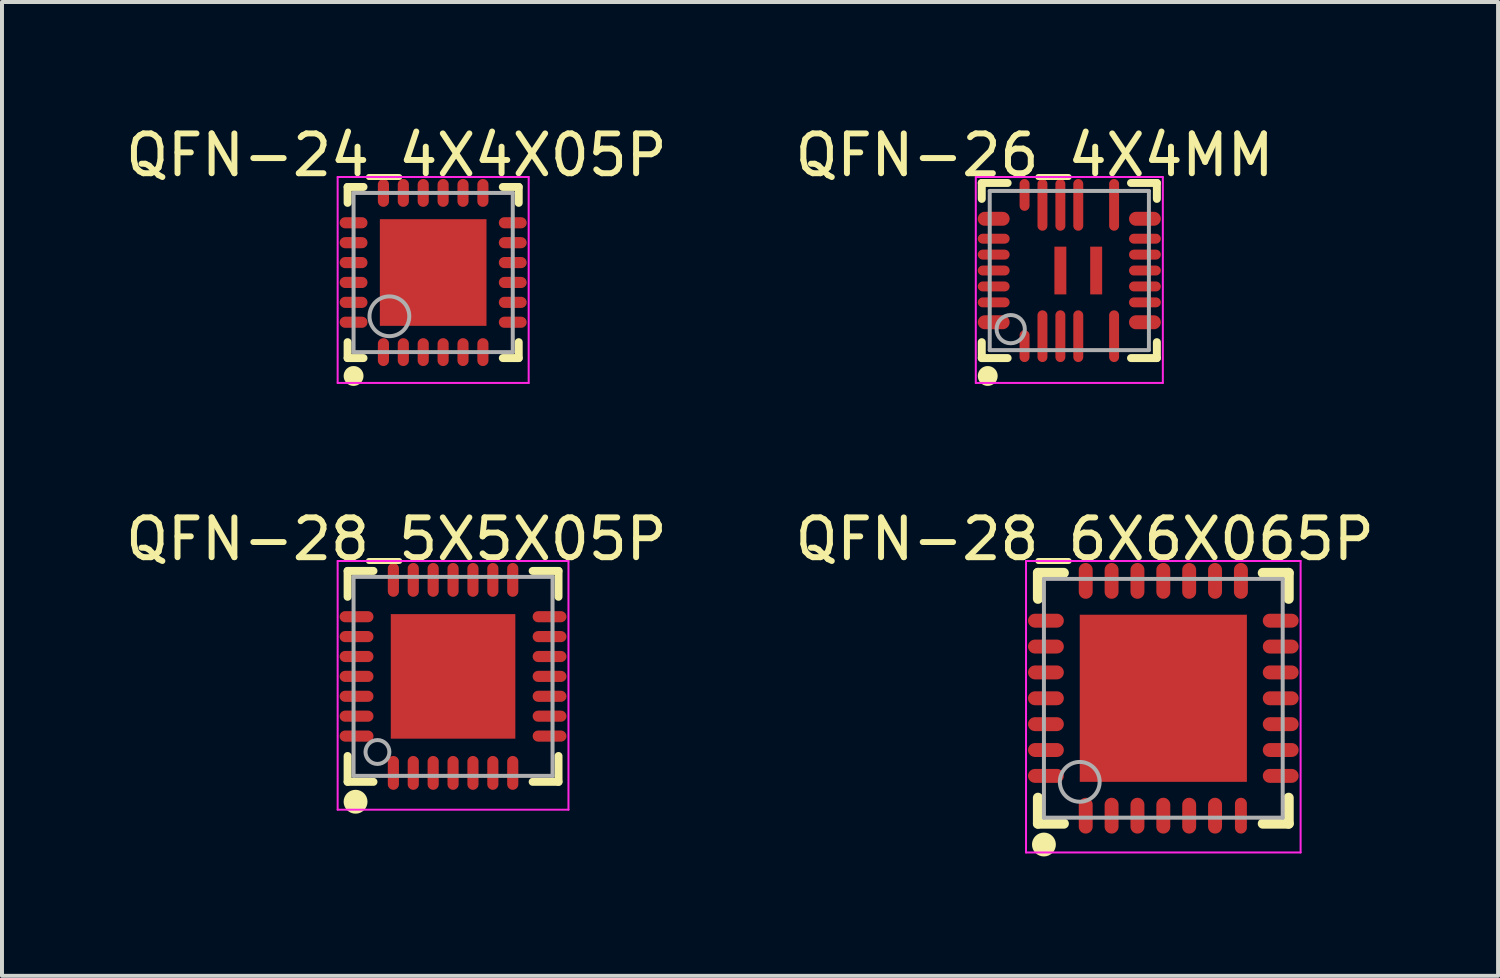
<source format=kicad_pcb>
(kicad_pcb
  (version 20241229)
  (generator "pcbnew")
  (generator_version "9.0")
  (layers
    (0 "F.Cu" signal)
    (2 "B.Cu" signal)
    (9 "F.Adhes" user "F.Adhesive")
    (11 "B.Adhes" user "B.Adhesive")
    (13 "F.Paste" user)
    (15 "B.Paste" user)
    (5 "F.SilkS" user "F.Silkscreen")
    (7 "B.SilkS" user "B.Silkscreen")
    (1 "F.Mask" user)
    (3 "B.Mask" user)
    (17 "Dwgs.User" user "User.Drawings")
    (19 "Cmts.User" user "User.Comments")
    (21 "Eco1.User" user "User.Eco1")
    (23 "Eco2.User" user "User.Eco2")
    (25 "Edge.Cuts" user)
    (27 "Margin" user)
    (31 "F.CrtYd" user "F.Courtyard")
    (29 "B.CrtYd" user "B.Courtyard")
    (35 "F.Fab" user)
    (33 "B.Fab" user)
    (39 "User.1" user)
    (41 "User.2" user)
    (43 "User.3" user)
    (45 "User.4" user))
  (footprint "QFN-28_6X6X065P"
    (layer "F.Cu")
    (at 26.183 14.497)
    (property "Reference" "QFN-28_6X6X065P" (at -1.974 -4 0) (layer "F.SilkS") (effects (font (size 1 1) (thickness 0.15))))
    (attr through_hole)
    (fp_line (start -3.15 -3.15) (end -2.5 -3.15) (stroke (width 0.254) (type solid)) (layer "F.SilkS"))
    (fp_line (start -3.15 -2.5) (end -3.15 -3.15) (stroke (width 0.254) (type solid)) (layer "F.SilkS"))
    (fp_line (start -3.15 3.15) (end -3.15 2.5) (stroke (width 0.254) (type solid)) (layer "F.SilkS"))
    (fp_line (start -3.15 3.15) (end -2.5 3.15) (stroke (width 0.254) (type solid)) (layer "F.SilkS"))
    (fp_line (start 2.5 -3.15) (end 3.15 -3.15) (stroke (width 0.254) (type solid)) (layer "F.SilkS"))
    (fp_line (start 2.5 3.15) (end 3.15 3.15) (stroke (width 0.254) (type solid)) (layer "F.SilkS"))
    (fp_line (start 3.15 -2.5) (end 3.15 -3.15) (stroke (width 0.254) (type solid)) (layer "F.SilkS"))
    (fp_line (start 3.15 3.15) (end 3.15 2.5) (stroke (width 0.254) (type solid)) (layer "F.SilkS"))
    (fp_circle (center -3 3.675) (end -2.85 3.675) (stroke (width 0.3) (type solid)) (fill no) (layer "F.SilkS"))
    (fp_line (start -3.45 -3.45) (end 3.45 -3.45) (stroke (width 0.05) (type solid)) (layer "F.CrtYd"))
    (fp_line (start -3.45 3.875) (end -3.45 -3.45) (stroke (width 0.05) (type solid)) (layer "F.CrtYd"))
    (fp_line (start 3.45 -3.45) (end 3.45 3.875) (stroke (width 0.05) (type solid)) (layer "F.CrtYd"))
    (fp_line (start 3.45 3.875) (end -3.45 3.875) (stroke (width 0.05) (type solid)) (layer "F.CrtYd"))
    (fp_line (start -3 -3) (end 3 -3) (stroke (width 0.1) (type solid)) (layer "F.Fab"))
    (fp_line (start -3 3) (end -3 -3) (stroke (width 0.1) (type solid)) (layer "F.Fab"))
    (fp_line (start -3 3) (end 3 3) (stroke (width 0.1) (type solid)) (layer "F.Fab"))
    (fp_line (start 3 3) (end 3 -3) (stroke (width 0.1) (type solid)) (layer "F.Fab"))
    (fp_circle (center -2.1 2.1) (end -1.6 2.1) (stroke (width 0.1) (type solid)) (fill no) (layer "F.Fab"))
    (pad "0" smd rect (at 0 0 90) (size 4.2 4.2) (layers "F.Cu" "F.Mask" "F.Paste"))
    (pad "1" smd oval (at -1.95 2.95 180) (size 0.35 0.9) (layers "F.Cu" "F.Mask" "F.Paste"))
    (pad "2" smd oval (at -1.3 2.95 180) (size 0.35 0.9) (layers "F.Cu" "F.Mask" "F.Paste"))
    (pad "3" smd oval (at -0.65 2.95 180) (size 0.35 0.9) (layers "F.Cu" "F.Mask" "F.Paste"))
    (pad "4" smd oval (at 0 2.95 180) (size 0.35 0.9) (layers "F.Cu" "F.Mask" "F.Paste"))
    (pad "5" smd oval (at 0.65 2.95 180) (size 0.35 0.9) (layers "F.Cu" "F.Mask" "F.Paste"))
    (pad "6" smd oval (at 1.3 2.95 180) (size 0.35 0.9) (layers "F.Cu" "F.Mask" "F.Paste"))
    (pad "7" smd oval (at 1.95 2.95 180) (size 0.3 0.9) (layers "F.Cu" "F.Mask" "F.Paste"))
    (pad "8" smd oval (at 2.95 1.95 90) (size 0.35 0.9) (layers "F.Cu" "F.Mask" "F.Paste"))
    (pad "9" smd oval (at 2.95 1.3 90) (size 0.35 0.9) (layers "F.Cu" "F.Mask" "F.Paste"))
    (pad "10" smd oval (at 2.95 0.65 90) (size 0.35 0.9) (layers "F.Cu" "F.Mask" "F.Paste"))
    (pad "11" smd oval (at 2.95 0 90) (size 0.35 0.9) (layers "F.Cu" "F.Mask" "F.Paste"))
    (pad "12" smd oval (at 2.95 -0.65 90) (size 0.35 0.9) (layers "F.Cu" "F.Mask" "F.Paste"))
    (pad "13" smd oval (at 2.95 -1.3 90) (size 0.35 0.9) (layers "F.Cu" "F.Mask" "F.Paste"))
    (pad "14" smd oval (at 2.95 -1.95 90) (size 0.35 0.9) (layers "F.Cu" "F.Mask" "F.Paste"))
    (pad "15" smd oval (at 1.95 -2.95 180) (size 0.35 0.9) (layers "F.Cu" "F.Mask" "F.Paste"))
    (pad "16" smd oval (at 1.3 -2.95 180) (size 0.35 0.9) (layers "F.Cu" "F.Mask" "F.Paste"))
    (pad "17" smd oval (at 0.65 -2.95 180) (size 0.35 0.9) (layers "F.Cu" "F.Mask" "F.Paste"))
    (pad "18" smd oval (at 0 -2.95 180) (size 0.35 0.9) (layers "F.Cu" "F.Mask" "F.Paste"))
    (pad "19" smd oval (at -0.65 -2.95 180) (size 0.35 0.9) (layers "F.Cu" "F.Mask" "F.Paste"))
    (pad "20" smd oval (at -1.3 -2.95 180) (size 0.35 0.9) (layers "F.Cu" "F.Mask" "F.Paste"))
    (pad "21" smd oval (at -1.95 -2.95 180) (size 0.35 0.9) (layers "F.Cu" "F.Mask" "F.Paste"))
    (pad "22" smd oval (at -2.95 -1.95 90) (size 0.35 0.9) (layers "F.Cu" "F.Mask" "F.Paste"))
    (pad "23" smd oval (at -2.95 -1.3 90) (size 0.35 0.9) (layers "F.Cu" "F.Mask" "F.Paste"))
    (pad "24" smd oval (at -2.95 -0.65 90) (size 0.35 0.9) (layers "F.Cu" "F.Mask" "F.Paste"))
    (pad "25" smd oval (at -2.95 0 90) (size 0.35 0.9) (layers "F.Cu" "F.Mask" "F.Paste"))
    (pad "26" smd oval (at -2.95 0.65 90) (size 0.35 0.9) (layers "F.Cu" "F.Mask" "F.Paste"))
    (pad "27" smd oval (at -2.95 1.3 90) (size 0.35 0.9) (layers "F.Cu" "F.Mask" "F.Paste"))
    (pad "28" smd oval (at -2.95 1.95 90) (size 0.35 0.9) (layers "F.Cu" "F.Mask" "F.Paste")))
  (footprint "QFN-26_4X4MM"
    (layer "F.Cu")
    (at 23.821 3.748)
    (property "Reference" "QFN-26_4X4MM" (at -0.874 -2.9 0) (layer "F.SilkS") (effects (font (size 1 1) (thickness 0.15))))
    (attr through_hole)
    (fp_line (start -2.2 -2.2) (end -1.55 -2.2) (stroke (width 0.2) (type solid)) (layer "F.SilkS"))
    (fp_line (start -2.2 -1.8) (end -2.2 -2.2) (stroke (width 0.2) (type solid)) (layer "F.SilkS"))
    (fp_line (start -2.2 2.2) (end -2.2 1.8) (stroke (width 0.2) (type solid)) (layer "F.SilkS"))
    (fp_line (start -2.2 2.2) (end -1.55 2.2) (stroke (width 0.2) (type solid)) (layer "F.SilkS"))
    (fp_line (start 1.55 -2.2) (end 2.2 -2.2) (stroke (width 0.2) (type solid)) (layer "F.SilkS"))
    (fp_line (start 1.55 2.2) (end 2.2 2.2) (stroke (width 0.2) (type solid)) (layer "F.SilkS"))
    (fp_line (start 2.2 -1.8) (end 2.2 -2.2) (stroke (width 0.2) (type solid)) (layer "F.SilkS"))
    (fp_line (start 2.2 2.2) (end 2.2 1.8) (stroke (width 0.2) (type solid)) (layer "F.SilkS"))
    (fp_circle (center -2.05 2.65) (end -1.925 2.65) (stroke (width 0.25) (type solid)) (fill no) (layer "F.SilkS"))
    (fp_line (start -2.35 -2.35) (end 2.35 -2.35) (stroke (width 0.05) (type solid)) (layer "F.CrtYd"))
    (fp_line (start -2.35 2.825) (end -2.35 -2.35) (stroke (width 0.05) (type solid)) (layer "F.CrtYd"))
    (fp_line (start 2.35 -2.35) (end 2.35 2.825) (stroke (width 0.05) (type solid)) (layer "F.CrtYd"))
    (fp_line (start 2.35 2.825) (end -2.35 2.825) (stroke (width 0.05) (type solid)) (layer "F.CrtYd"))
    (fp_line (start -2 -2) (end 2 -2) (stroke (width 0.1) (type solid)) (layer "F.Fab"))
    (fp_line (start -2 2) (end -2 -2) (stroke (width 0.1) (type solid)) (layer "F.Fab"))
    (fp_line (start -2 2) (end 2 2) (stroke (width 0.1) (type solid)) (layer "F.Fab"))
    (fp_line (start 2 2) (end 2 -2) (stroke (width 0.1) (type solid)) (layer "F.Fab"))
    (fp_circle (center -1.473 1.473) (end -1.118 1.473) (stroke (width 0.1) (type solid)) (fill no) (layer "F.Fab"))
    (pad "1" smd oval (at -1.125 1.9 180) (size 0.25 0.8) (layers "F.Cu" "F.Mask" "F.Paste"))
    (pad "2" smd oval (at -0.675 1.65 180) (size 0.25 1.3) (layers "F.Cu" "F.Mask" "F.Paste"))
    (pad "3" smd oval (at -0.225 1.65 180) (size 0.25 1.3) (layers "F.Cu" "F.Mask" "F.Paste"))
    (pad "4" smd oval (at 0.225 1.65 180) (size 0.25 1.3) (layers "F.Cu" "F.Mask" "F.Paste"))
    (pad "5" smd oval (at 1.125 1.65 180) (size 0.25 1.3) (layers "F.Cu" "F.Mask" "F.Paste"))
    (pad "6" smd oval (at 1.9 1.3 90) (size 0.35 0.8) (layers "F.Cu" "F.Mask" "F.Paste"))
    (pad "7" smd oval (at 1.9 0.8 90) (size 0.25 0.8) (layers "F.Cu" "F.Mask" "F.Paste"))
    (pad "8" smd oval (at 1.9 0.4 90) (size 0.25 0.8) (layers "F.Cu" "F.Mask" "F.Paste"))
    (pad "9" smd oval (at 1.9 0 90) (size 0.25 0.8) (layers "F.Cu" "F.Mask" "F.Paste"))
    (pad "10" smd oval (at 1.9 -0.4 90) (size 0.25 0.8) (layers "F.Cu" "F.Mask" "F.Paste"))
    (pad "11" smd oval (at 1.9 -0.8 90) (size 0.25 0.8) (layers "F.Cu" "F.Mask" "F.Paste"))
    (pad "12" smd oval (at 1.9 -1.3 90) (size 0.35 0.8) (layers "F.Cu" "F.Mask" "F.Paste"))
    (pad "13" smd oval (at 1.125 -1.65) (size 0.25 1.3) (layers "F.Cu" "F.Mask" "F.Paste"))
    (pad "14" smd oval (at 0.225 -1.65) (size 0.25 1.3) (layers "F.Cu" "F.Mask" "F.Paste"))
    (pad "15" smd oval (at -0.225 -1.65) (size 0.25 1.3) (layers "F.Cu" "F.Mask" "F.Paste"))
    (pad "16" smd oval (at -0.675 -1.65) (size 0.25 1.3) (layers "F.Cu" "F.Mask" "F.Paste"))
    (pad "17" smd oval (at -1.125 -1.9) (size 0.25 0.8) (layers "F.Cu" "F.Mask" "F.Paste"))
    (pad "18" smd oval (at -1.9 -1.3 270) (size 0.35 0.8) (layers "F.Cu" "F.Mask" "F.Paste"))
    (pad "19" smd oval (at -1.9 -0.8 270) (size 0.25 0.8) (layers "F.Cu" "F.Mask" "F.Paste"))
    (pad "20" smd oval (at -1.9 -0.4 270) (size 0.25 0.8) (layers "F.Cu" "F.Mask" "F.Paste"))
    (pad "21" smd oval (at -1.9 0 270) (size 0.25 0.8) (layers "F.Cu" "F.Mask" "F.Paste"))
    (pad "22" smd oval (at -1.9 0.4 270) (size 0.25 0.8) (layers "F.Cu" "F.Mask" "F.Paste"))
    (pad "23" smd oval (at -1.9 0.8 270) (size 0.25 0.8) (layers "F.Cu" "F.Mask" "F.Paste"))
    (pad "24" smd oval (at -1.9 1.3 270) (size 0.35 0.8) (layers "F.Cu" "F.Mask" "F.Paste"))
    (pad "25" smd rect (at -0.225 0 180) (size 0.3 1.2) (layers "F.Cu" "F.Mask" "F.Paste"))
    (pad "26" smd rect (at 0.675 0 180) (size 0.3 1.2) (layers "F.Cu" "F.Mask" "F.Paste")))
  (footprint "QFN-28_5X5X05P"
    (layer "F.Cu")
    (at 8.335 13.947)
    (property "Reference" "QFN-28_5X5X05P" (at -1.424 -3.45 0) (layer "F.SilkS") (effects (font (size 1 1) (thickness 0.15))))
    (attr through_hole)
    (fp_line (start -2.65 -2.65) (end -2 -2.65) (stroke (width 0.2) (type solid)) (layer "F.SilkS"))
    (fp_line (start -2.65 -2) (end -2.65 -2.65) (stroke (width 0.2) (type solid)) (layer "F.SilkS"))
    (fp_line (start -2.65 2.65) (end -2.65 2) (stroke (width 0.2) (type solid)) (layer "F.SilkS"))
    (fp_line (start -2.65 2.65) (end -2 2.65) (stroke (width 0.2) (type solid)) (layer "F.SilkS"))
    (fp_line (start 2 -2.65) (end 2.65 -2.65) (stroke (width 0.2) (type solid)) (layer "F.SilkS"))
    (fp_line (start 2 2.65) (end 2.65 2.65) (stroke (width 0.2) (type solid)) (layer "F.SilkS"))
    (fp_line (start 2.65 -2) (end 2.65 -2.65) (stroke (width 0.2) (type solid)) (layer "F.SilkS"))
    (fp_line (start 2.65 2.65) (end 2.65 2) (stroke (width 0.2) (type solid)) (layer "F.SilkS"))
    (fp_circle (center -2.45 3.15) (end -2.3 3.15) (stroke (width 0.3) (type solid)) (fill no) (layer "F.SilkS"))
    (fp_line (start -2.9 -2.9) (end 2.9 -2.9) (stroke (width 0.05) (type solid)) (layer "F.CrtYd"))
    (fp_line (start -2.9 3.35) (end -2.9 -2.9) (stroke (width 0.05) (type solid)) (layer "F.CrtYd"))
    (fp_line (start 2.9 -2.9) (end 2.9 3.35) (stroke (width 0.05) (type solid)) (layer "F.CrtYd"))
    (fp_line (start 2.9 3.35) (end -2.9 3.35) (stroke (width 0.05) (type solid)) (layer "F.CrtYd"))
    (fp_line (start -2.5 -2.5) (end 2.5 -2.5) (stroke (width 0.1) (type solid)) (layer "F.Fab"))
    (fp_line (start -2.5 2.5) (end -2.5 -2.5) (stroke (width 0.1) (type solid)) (layer "F.Fab"))
    (fp_line (start -2.5 2.5) (end 2.5 2.5) (stroke (width 0.1) (type solid)) (layer "F.Fab"))
    (fp_line (start 2.5 2.5) (end 2.5 -2.5) (stroke (width 0.1) (type solid)) (layer "F.Fab"))
    (fp_circle (center -1.9 1.9) (end -1.6 1.9) (stroke (width 0.1) (type solid)) (fill no) (layer "F.Fab"))
    (pad "0" smd rect (at 0 0 90) (size 3.13 3.13) (layers "F.Cu" "F.Mask" "F.Paste"))
    (pad "1" smd oval (at -1.5 2.425 180) (size 0.28 0.85) (layers "F.Cu" "F.Mask" "F.Paste"))
    (pad "2" smd oval (at -1 2.425 180) (size 0.28 0.85) (layers "F.Cu" "F.Mask" "F.Paste"))
    (pad "3" smd oval (at -0.5 2.425 180) (size 0.28 0.85) (layers "F.Cu" "F.Mask" "F.Paste"))
    (pad "4" smd oval (at 0 2.425 180) (size 0.28 0.85) (layers "F.Cu" "F.Mask" "F.Paste"))
    (pad "5" smd oval (at 0.5 2.425 180) (size 0.28 0.85) (layers "F.Cu" "F.Mask" "F.Paste"))
    (pad "6" smd oval (at 1 2.425 180) (size 0.28 0.85) (layers "F.Cu" "F.Mask" "F.Paste"))
    (pad "7" smd oval (at 1.5 2.425 180) (size 0.28 0.85) (layers "F.Cu" "F.Mask" "F.Paste"))
    (pad "8" smd oval (at 2.425 1.5 90) (size 0.28 0.85) (layers "F.Cu" "F.Mask" "F.Paste"))
    (pad "9" smd oval (at 2.425 1 90) (size 0.28 0.85) (layers "F.Cu" "F.Mask" "F.Paste"))
    (pad "10" smd oval (at 2.425 0.5 90) (size 0.28 0.85) (layers "F.Cu" "F.Mask" "F.Paste"))
    (pad "11" smd oval (at 2.425 0 90) (size 0.28 0.85) (layers "F.Cu" "F.Mask" "F.Paste"))
    (pad "12" smd oval (at 2.425 -0.5 90) (size 0.28 0.85) (layers "F.Cu" "F.Mask" "F.Paste"))
    (pad "13" smd oval (at 2.425 -1 90) (size 0.28 0.85) (layers "F.Cu" "F.Mask" "F.Paste"))
    (pad "14" smd oval (at 2.425 -1.5 90) (size 0.28 0.85) (layers "F.Cu" "F.Mask" "F.Paste"))
    (pad "15" smd oval (at 1.5 -2.425 180) (size 0.28 0.85) (layers "F.Cu" "F.Mask" "F.Paste"))
    (pad "16" smd oval (at 1 -2.425 180) (size 0.28 0.85) (layers "F.Cu" "F.Mask" "F.Paste"))
    (pad "17" smd oval (at 0.5 -2.425 180) (size 0.28 0.85) (layers "F.Cu" "F.Mask" "F.Paste"))
    (pad "18" smd oval (at 0 -2.425 180) (size 0.28 0.85) (layers "F.Cu" "F.Mask" "F.Paste"))
    (pad "19" smd oval (at -0.5 -2.425 180) (size 0.28 0.85) (layers "F.Cu" "F.Mask" "F.Paste"))
    (pad "20" smd oval (at -1 -2.425 180) (size 0.28 0.85) (layers "F.Cu" "F.Mask" "F.Paste"))
    (pad "21" smd oval (at -1.5 -2.425 180) (size 0.28 0.85) (layers "F.Cu" "F.Mask" "F.Paste"))
    (pad "22" smd oval (at -2.425 -1.5 90) (size 0.28 0.85) (layers "F.Cu" "F.Mask" "F.Paste"))
    (pad "23" smd oval (at -2.425 -1 90) (size 0.28 0.85) (layers "F.Cu" "F.Mask" "F.Paste"))
    (pad "24" smd oval (at -2.425 -0.5 90) (size 0.28 0.85) (layers "F.Cu" "F.Mask" "F.Paste"))
    (pad "25" smd oval (at -2.425 0 90) (size 0.28 0.85) (layers "F.Cu" "F.Mask" "F.Paste"))
    (pad "26" smd oval (at -2.425 0.5 90) (size 0.28 0.85) (layers "F.Cu" "F.Mask" "F.Paste"))
    (pad "27" smd oval (at -2.425 1 90) (size 0.28 0.85) (layers "F.Cu" "F.Mask" "F.Paste"))
    (pad "28" smd oval (at -2.425 1.5 90) (size 0.28 0.85) (layers "F.Cu" "F.Mask" "F.Paste")))
  (footprint "QFN-24_4X4X05P"
    (layer "F.Cu")
    (at 7.835 3.798)
    (property "Reference" "QFN-24_4X4X05P" (at -0.924 -2.95 0) (layer "F.SilkS") (effects (font (size 1 1) (thickness 0.15))))
    (attr through_hole)
    (fp_line (start -2.15 -2.15) (end -1.75 -2.15) (stroke (width 0.2) (type solid)) (layer "F.SilkS"))
    (fp_line (start -2.15 -1.75) (end -2.15 -2.15) (stroke (width 0.2) (type solid)) (layer "F.SilkS"))
    (fp_line (start -2.15 2.15) (end -2.15 1.75) (stroke (width 0.2) (type solid)) (layer "F.SilkS"))
    (fp_line (start -2.15 2.15) (end -1.75 2.15) (stroke (width 0.2) (type solid)) (layer "F.SilkS"))
    (fp_line (start 1.75 -2.15) (end 2.15 -2.15) (stroke (width 0.2) (type solid)) (layer "F.SilkS"))
    (fp_line (start 1.75 2.15) (end 2.15 2.15) (stroke (width 0.2) (type solid)) (layer "F.SilkS"))
    (fp_line (start 2.15 -1.75) (end 2.15 -2.15) (stroke (width 0.2) (type solid)) (layer "F.SilkS"))
    (fp_line (start 2.15 2.15) (end 2.15 1.75) (stroke (width 0.2) (type solid)) (layer "F.SilkS"))
    (fp_circle (center -2 2.6) (end -1.875 2.6) (stroke (width 0.25) (type solid)) (fill no) (layer "F.SilkS"))
    (fp_line (start -2.4 -2.4) (end 2.4 -2.4) (stroke (width 0.05) (type solid)) (layer "F.CrtYd"))
    (fp_line (start -2.4 2.775) (end -2.4 -2.4) (stroke (width 0.05) (type solid)) (layer "F.CrtYd"))
    (fp_line (start 2.4 -2.4) (end 2.4 2.775) (stroke (width 0.05) (type solid)) (layer "F.CrtYd"))
    (fp_line (start 2.4 2.775) (end -2.4 2.775) (stroke (width 0.05) (type solid)) (layer "F.CrtYd"))
    (fp_line (start -2 -2) (end 2 -2) (stroke (width 0.1) (type solid)) (layer "F.Fab"))
    (fp_line (start -2 2) (end -2 -2) (stroke (width 0.1) (type solid)) (layer "F.Fab"))
    (fp_line (start -2 2) (end 2 2) (stroke (width 0.1) (type solid)) (layer "F.Fab"))
    (fp_line (start 2 2) (end 2 -2) (stroke (width 0.1) (type solid)) (layer "F.Fab"))
    (fp_circle (center -1.1 1.1) (end -0.6 1.1) (stroke (width 0.1) (type solid)) (fill no) (layer "F.Fab"))
    (pad "0" smd rect (at 0 0 90) (size 2.68 2.68) (layers "F.Cu" "F.Mask" "F.Paste"))
    (pad "1" smd oval (at -1.25 2 180) (size 0.28 0.7) (layers "F.Cu" "F.Mask" "F.Paste"))
    (pad "2" smd oval (at -0.75 2 180) (size 0.28 0.7) (layers "F.Cu" "F.Mask" "F.Paste"))
    (pad "3" smd oval (at -0.25 2 180) (size 0.28 0.7) (layers "F.Cu" "F.Mask" "F.Paste"))
    (pad "4" smd oval (at 0.25 2 180) (size 0.28 0.7) (layers "F.Cu" "F.Mask" "F.Paste"))
    (pad "5" smd oval (at 0.75 2 180) (size 0.28 0.7) (layers "F.Cu" "F.Mask" "F.Paste"))
    (pad "6" smd oval (at 1.25 2 180) (size 0.28 0.7) (layers "F.Cu" "F.Mask" "F.Paste"))
    (pad "7" smd oval (at 2 1.25 90) (size 0.28 0.7) (layers "F.Cu" "F.Mask" "F.Paste"))
    (pad "8" smd oval (at 2 0.75 90) (size 0.28 0.7) (layers "F.Cu" "F.Mask" "F.Paste"))
    (pad "9" smd oval (at 2 0.25 90) (size 0.28 0.7) (layers "F.Cu" "F.Mask" "F.Paste"))
    (pad "10" smd oval (at 2 -0.25 90) (size 0.28 0.7) (layers "F.Cu" "F.Mask" "F.Paste"))
    (pad "11" smd oval (at 2 -0.75 90) (size 0.28 0.7) (layers "F.Cu" "F.Mask" "F.Paste"))
    (pad "12" smd oval (at 2 -1.25 90) (size 0.28 0.7) (layers "F.Cu" "F.Mask" "F.Paste"))
    (pad "13" smd oval (at 1.25 -2 180) (size 0.28 0.7) (layers "F.Cu" "F.Mask" "F.Paste"))
    (pad "14" smd oval (at 0.75 -2 180) (size 0.28 0.7) (layers "F.Cu" "F.Mask" "F.Paste"))
    (pad "15" smd oval (at 0.25 -2 180) (size 0.28 0.7) (layers "F.Cu" "F.Mask" "F.Paste"))
    (pad "16" smd oval (at -0.25 -2 180) (size 0.28 0.7) (layers "F.Cu" "F.Mask" "F.Paste"))
    (pad "17" smd oval (at -0.75 -2 180) (size 0.28 0.7) (layers "F.Cu" "F.Mask" "F.Paste"))
    (pad "18" smd oval (at -1.25 -2 180) (size 0.28 0.7) (layers "F.Cu" "F.Mask" "F.Paste"))
    (pad "19" smd oval (at -2 -1.25 90) (size 0.28 0.7) (layers "F.Cu" "F.Mask" "F.Paste"))
    (pad "20" smd oval (at -2 -0.75 90) (size 0.28 0.7) (layers "F.Cu" "F.Mask" "F.Paste"))
    (pad "21" smd oval (at -2 -0.25 90) (size 0.28 0.7) (layers "F.Cu" "F.Mask" "F.Paste"))
    (pad "22" smd oval (at -2 0.25 90) (size 0.28 0.7) (layers "F.Cu" "F.Mask" "F.Paste"))
    (pad "23" smd oval (at -2 0.75 90) (size 0.28 0.7) (layers "F.Cu" "F.Mask" "F.Paste"))
    (pad "24" smd oval (at -2 1.25 90) (size 0.28 0.7) (layers "F.Cu" "F.Mask" "F.Paste")))
  (gr_rect
    (start -3 -3)
    (end 34.595 21.472)
    (stroke (width 0.1) (type default))
    (fill no)
    (layer "Edge.Cuts")))
</source>
